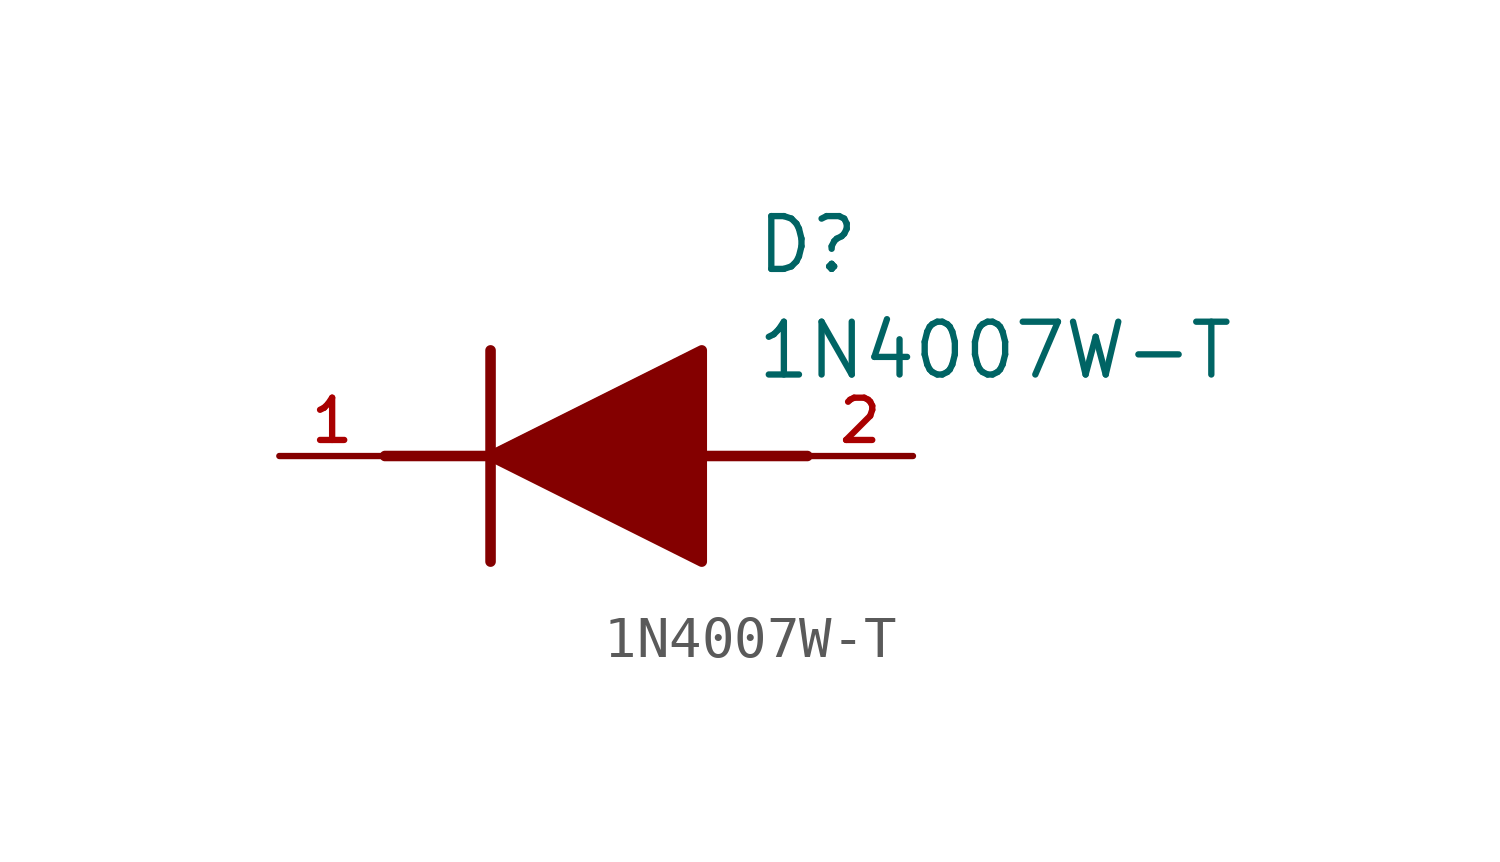
<source format=kicad_sym>
(kicad_symbol_lib
  (version 20211014)
  (generator kicad_symbol_editor)
  (symbol "1N4007W-T"
    (pin_names
      (offset 1.016))
    (property "Reference" "D"
      (at 11.43 5.08 0)
      (effects (font (size 1.27 1.27)) (justify left)))
    (property "Value" "1N4007W-T"
      (at 11.43 2.54 0)
      (effects (font (size 1.27 1.27)) (justify left)))
    (symbol "1N4007W-T_0_0"
      (polyline (pts (xy 5.08 2.54) (xy 5.08 -2.54)) (stroke (width 0.254)))
      (polyline (pts (xy 2.54 0.0) (xy 5.08 0.0)) (stroke (width 0.254)))
      (polyline (pts (xy 10.16 0.0) (xy 12.7 0.0)) (stroke (width 0.254)))
      (polyline (pts (xy 5.08 0.0) (xy 10.16 2.54) (xy 10.16 -2.54) (xy 5.08 0.0)) (stroke (width 0.254)) (fill (type outline)))
      (pin bidirectional line (at 0.0 0.0 0) (length 2.54) (name "~" (effects (font (size 1.016 1.016)))) (number "1" (effects (font (size 1.016 1.016)))))
      (pin bidirectional line (at 15.24 0.0 180.0) (length 2.54) (name "~" (effects (font (size 1.016 1.016)))) (number "2" (effects (font (size 1.016 1.016))))))))
</source>
